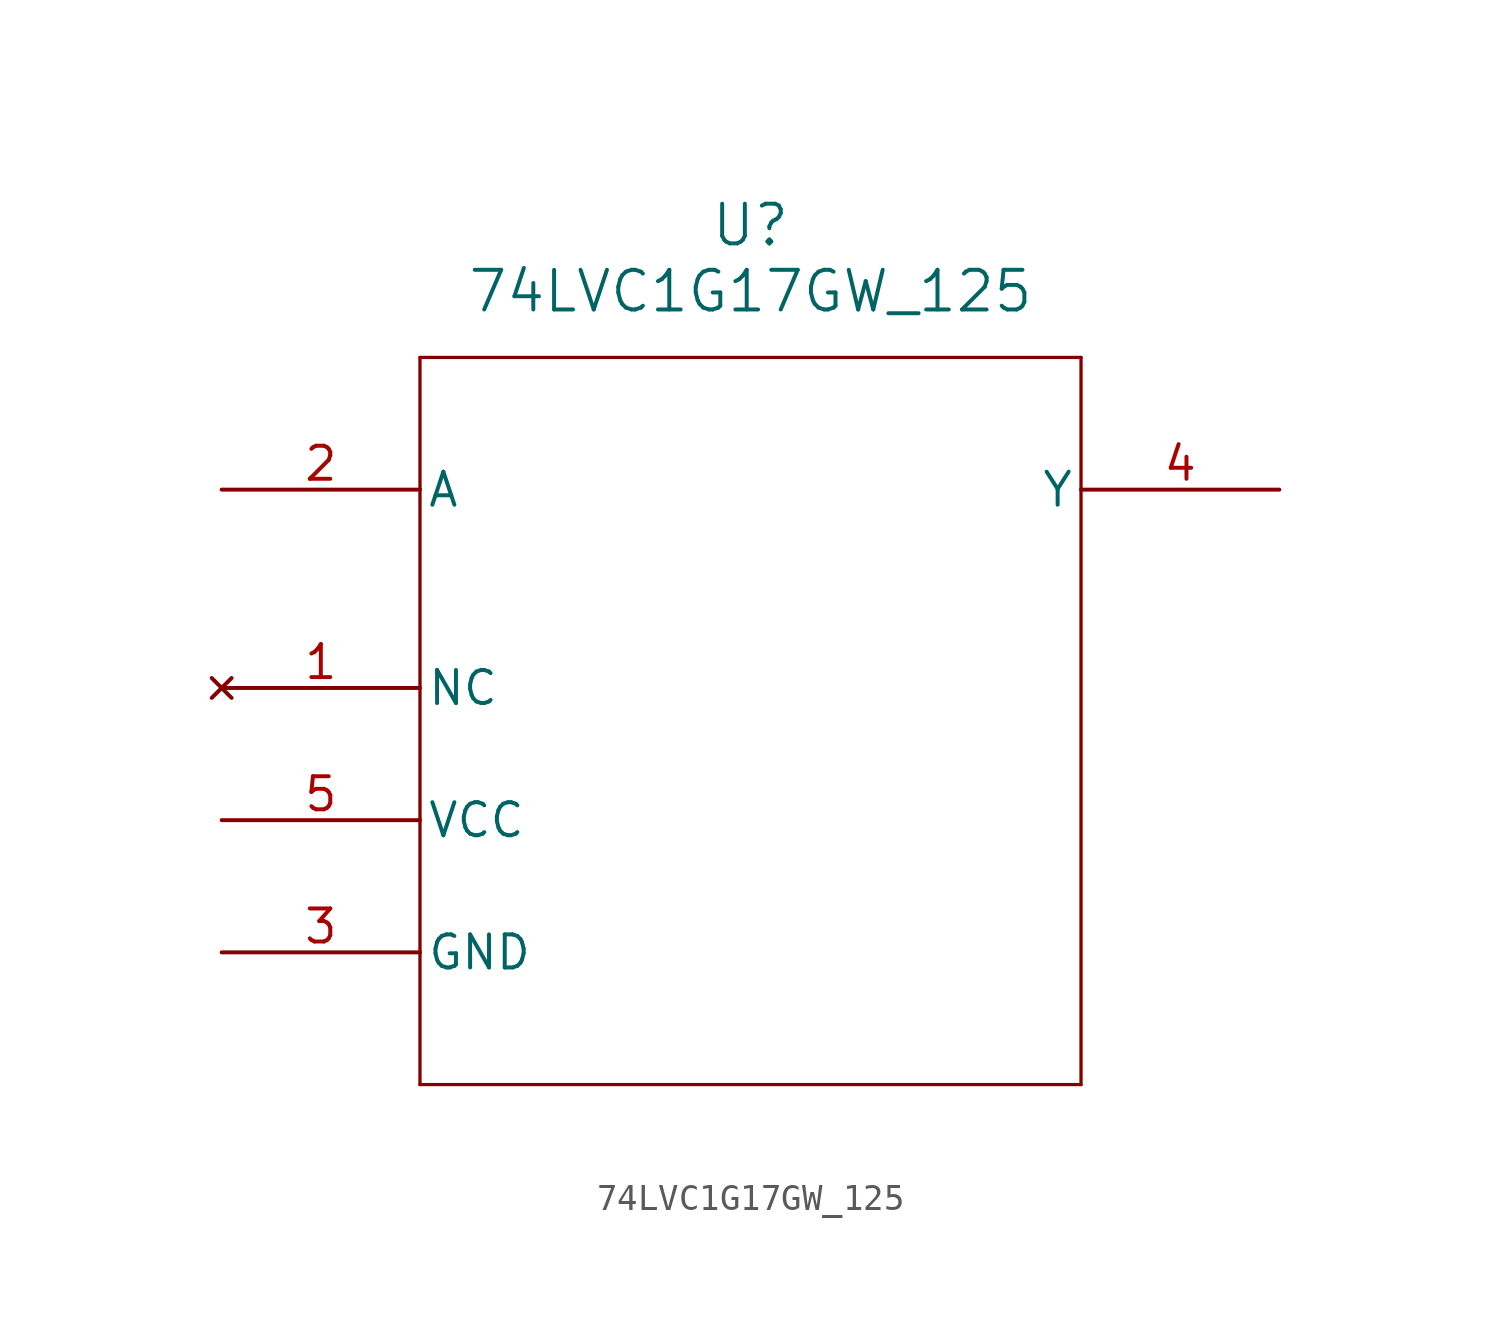
<source format=kicad_sym>
(kicad_symbol_lib
  (version 20211014)
  (generator kicad_symbol_editor)
  (symbol "74LVC1G17GW_125"
    (pin_names
      (offset 0.254))
    (property "Reference" "U"
      (at 20.32 10.16 0)
      (effects (font (size 1.524 1.524))))
    (property "Value" "74LVC1G17GW_125"
      (at 20.32 7.62 0)
      (effects (font (size 1.524 1.524))))
    (symbol "74LVC1G17GW_125_0_1"
      (polyline (pts (xy 7.62 5.08) (xy 7.62 -22.86)) (stroke (width 0.127) (type default) (color 0 0 0 0)) (fill (type none)))
      (polyline (pts (xy 7.62 -22.86) (xy 33.02 -22.86)) (stroke (width 0.127) (type default) (color 0 0 0 0)) (fill (type none)))
      (polyline (pts (xy 33.02 -22.86) (xy 33.02 5.08)) (stroke (width 0.127) (type default) (color 0 0 0 0)) (fill (type none)))
      (polyline (pts (xy 33.02 5.08) (xy 7.62 5.08)) (stroke (width 0.127) (type default) (color 0 0 0 0)) (fill (type none)))
      (pin no_connect line (at 0 -7.62 0) (length 7.62) (name "NC" (effects (font (size 1.27 1.27)))) (number "1" (effects (font (size 1.27 1.27)))))
      (pin input line (at 0 0 0) (length 7.62) (name "A" (effects (font (size 1.27 1.27)))) (number "2" (effects (font (size 1.27 1.27)))))
      (pin power_out line (at 0 -17.78 0) (length 7.62) (name "GND" (effects (font (size 1.27 1.27)))) (number "3" (effects (font (size 1.27 1.27)))))
      (pin output line (at 40.64 0 180) (length 7.62) (name "Y" (effects (font (size 1.27 1.27)))) (number "4" (effects (font (size 1.27 1.27)))))
      (pin power_in line (at 0 -12.7 0) (length 7.62) (name "VCC" (effects (font (size 1.27 1.27)))) (number "5" (effects (font (size 1.27 1.27))))))))
</source>
